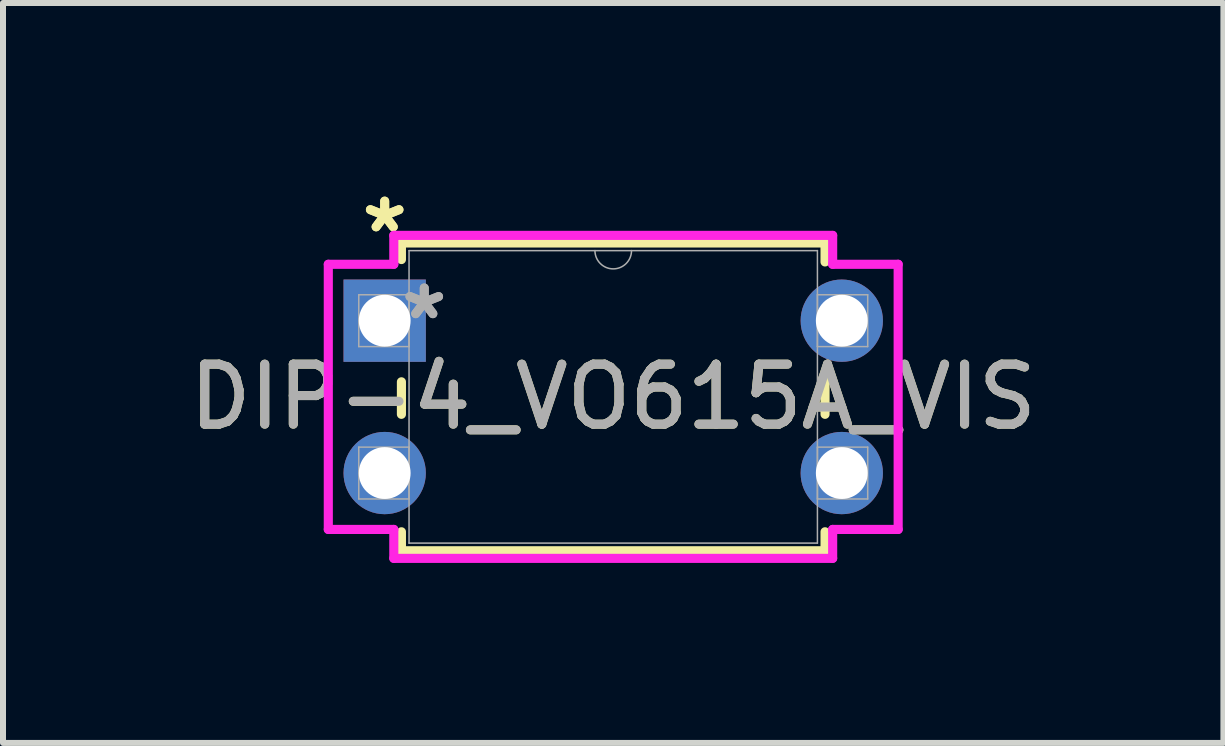
<source format=kicad_pcb>
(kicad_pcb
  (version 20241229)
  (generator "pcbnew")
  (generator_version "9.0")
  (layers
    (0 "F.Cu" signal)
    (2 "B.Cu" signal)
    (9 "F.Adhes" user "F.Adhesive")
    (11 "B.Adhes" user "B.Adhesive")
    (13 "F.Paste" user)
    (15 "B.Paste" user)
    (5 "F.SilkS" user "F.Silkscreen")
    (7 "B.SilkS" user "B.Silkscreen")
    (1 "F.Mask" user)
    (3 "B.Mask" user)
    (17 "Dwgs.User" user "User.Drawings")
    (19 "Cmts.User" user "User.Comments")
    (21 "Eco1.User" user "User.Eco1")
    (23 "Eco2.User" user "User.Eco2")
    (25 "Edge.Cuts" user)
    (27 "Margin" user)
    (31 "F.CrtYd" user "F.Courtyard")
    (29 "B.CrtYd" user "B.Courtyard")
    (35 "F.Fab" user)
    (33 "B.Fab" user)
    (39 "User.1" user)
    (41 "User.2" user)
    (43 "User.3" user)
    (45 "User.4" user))
  (footprint "DIP-4_VO615A_VIS"
    (layer "F.Cu")
    (at 3.363 2.296)
    (property "Reference" "DIP-4_VO615A_VIS" (at 3.81 1.27 0) (unlocked yes) (layer "F.SilkS") (effects (font (size 1 1) (thickness 0.15))))
    (attr through_hole)
    (fp_line (start 0.279 -1.295) (end 0.279 -1.019) (stroke (width 0.152) (type solid)) (layer "F.SilkS"))
    (fp_line (start 0.279 1.019) (end 0.279 1.561) (stroke (width 0.152) (type solid)) (layer "F.SilkS"))
    (fp_line (start 0.279 3.519) (end 0.279 3.835) (stroke (width 0.152) (type solid)) (layer "F.SilkS"))
    (fp_line (start 0.279 3.835) (end 7.341 3.835) (stroke (width 0.152) (type solid)) (layer "F.SilkS"))
    (fp_line (start 7.341 -1.295) (end 0.279 -1.295) (stroke (width 0.152) (type solid)) (layer "F.SilkS"))
    (fp_line (start 7.341 -0.979) (end 7.341 -1.295) (stroke (width 0.152) (type solid)) (layer "F.SilkS"))
    (fp_line (start 7.341 1.561) (end 7.341 0.979) (stroke (width 0.152) (type solid)) (layer "F.SilkS"))
    (fp_line (start 7.341 3.835) (end 7.341 3.519) (stroke (width 0.152) (type solid)) (layer "F.SilkS"))
    (fp_line (start -0.94 -0.94) (end 0.152 -0.94) (stroke (width 0.152) (type solid)) (layer "F.CrtYd"))
    (fp_line (start -0.94 3.48) (end -0.94 -0.94) (stroke (width 0.152) (type solid)) (layer "F.CrtYd"))
    (fp_line (start 0.152 -1.422) (end 7.468 -1.422) (stroke (width 0.152) (type solid)) (layer "F.CrtYd"))
    (fp_line (start 0.152 -0.94) (end 0.152 -1.422) (stroke (width 0.152) (type solid)) (layer "F.CrtYd"))
    (fp_line (start 0.152 3.48) (end -0.94 3.48) (stroke (width 0.152) (type solid)) (layer "F.CrtYd"))
    (fp_line (start 0.152 3.962) (end 0.152 3.48) (stroke (width 0.152) (type solid)) (layer "F.CrtYd"))
    (fp_line (start 7.468 -1.422) (end 7.468 -0.94) (stroke (width 0.152) (type solid)) (layer "F.CrtYd"))
    (fp_line (start 7.468 3.48) (end 7.468 3.962) (stroke (width 0.152) (type solid)) (layer "F.CrtYd"))
    (fp_line (start 7.468 3.962) (end 0.152 3.962) (stroke (width 0.152) (type solid)) (layer "F.CrtYd"))
    (fp_line (start 8.56 -0.94) (end 7.468 -0.94) (stroke (width 0.152) (type solid)) (layer "F.CrtYd"))
    (fp_line (start 8.56 -0.94) (end 8.56 3.48) (stroke (width 0.152) (type solid)) (layer "F.CrtYd"))
    (fp_line (start 8.56 3.48) (end 7.468 3.48) (stroke (width 0.152) (type solid)) (layer "F.CrtYd"))
    (fp_line (start -0.432 -0.432) (end -0.432 0.432) (stroke (width 0.025) (type solid)) (layer "F.Fab"))
    (fp_line (start -0.432 0.432) (end 0.406 0.432) (stroke (width 0.025) (type solid)) (layer "F.Fab"))
    (fp_line (start -0.432 2.108) (end -0.432 2.972) (stroke (width 0.025) (type solid)) (layer "F.Fab"))
    (fp_line (start -0.432 2.972) (end 0.406 2.972) (stroke (width 0.025) (type solid)) (layer "F.Fab"))
    (fp_line (start 0.406 -1.168) (end 0.406 3.708) (stroke (width 0.025) (type solid)) (layer "F.Fab"))
    (fp_line (start 0.406 -0.432) (end -0.432 -0.432) (stroke (width 0.025) (type solid)) (layer "F.Fab"))
    (fp_line (start 0.406 0.432) (end 0.406 -0.432) (stroke (width 0.025) (type solid)) (layer "F.Fab"))
    (fp_line (start 0.406 2.108) (end -0.432 2.108) (stroke (width 0.025) (type solid)) (layer "F.Fab"))
    (fp_line (start 0.406 2.972) (end 0.406 2.108) (stroke (width 0.025) (type solid)) (layer "F.Fab"))
    (fp_line (start 0.406 3.708) (end 7.214 3.708) (stroke (width 0.025) (type solid)) (layer "F.Fab"))
    (fp_line (start 7.214 -1.168) (end 0.406 -1.168) (stroke (width 0.025) (type solid)) (layer "F.Fab"))
    (fp_line (start 7.214 -0.432) (end 7.214 0.432) (stroke (width 0.025) (type solid)) (layer "F.Fab"))
    (fp_line (start 7.214 0.432) (end 8.052 0.432) (stroke (width 0.025) (type solid)) (layer "F.Fab"))
    (fp_line (start 7.214 2.108) (end 7.214 2.972) (stroke (width 0.025) (type solid)) (layer "F.Fab"))
    (fp_line (start 7.214 2.972) (end 8.052 2.972) (stroke (width 0.025) (type solid)) (layer "F.Fab"))
    (fp_line (start 7.214 3.708) (end 7.214 -1.168) (stroke (width 0.025) (type solid)) (layer "F.Fab"))
    (fp_line (start 8.052 -0.432) (end 7.214 -0.432) (stroke (width 0.025) (type solid)) (layer "F.Fab"))
    (fp_line (start 8.052 0.432) (end 8.052 -0.432) (stroke (width 0.025) (type solid)) (layer "F.Fab"))
    (fp_line (start 8.052 2.108) (end 7.214 2.108) (stroke (width 0.025) (type solid)) (layer "F.Fab"))
    (fp_line (start 8.052 2.972) (end 8.052 2.108) (stroke (width 0.025) (type solid)) (layer "F.Fab"))
    (fp_arc (start 4.1148 -1.1684) (mid 3.81 -0.8636) (end 3.5052 -1.1684) (stroke (width 0.0254) (type solid)) (layer "F.Fab"))
    (fp_text user "*" (at 0 -1.448 0) (unlocked yes) (layer "F.SilkS") (effects (font (size 1 1) (thickness 0.15))))
    (fp_text user "*" (at 0 -1.448 0) (layer "F.SilkS") (effects (font (size 1 1) (thickness 0.15))))
    (fp_text user "*" (at 0.66 0 0) (unlocked yes) (layer "F.Fab") (effects (font (size 1 1) (thickness 0.15))))
    (fp_text user "${REFERENCE}" (at 3.81 1.27 0) (unlocked yes) (layer "F.Fab") (effects (font (size 1 1) (thickness 0.15))))
    (fp_text user "*" (at 0.66 0 0) (layer "F.Fab") (effects (font (size 1 1) (thickness 0.15))))
    (pad "1" thru_hole rect (at 0 0) (size 1.372 1.372) (drill 0.864) (layers "*.Cu" "*.Mask"))
    (pad "2" thru_hole circle (at 0 2.54) (size 1.372 1.372) (drill 0.864) (layers "*.Cu" "*.Mask"))
    (pad "3" thru_hole circle (at 7.62 2.54) (size 1.372 1.372) (drill 0.864) (layers "*.Cu" "*.Mask"))
    (pad "4" thru_hole circle (at 7.62 0) (size 1.372 1.372) (drill 0.864) (layers "*.Cu" "*.Mask")))
  (gr_rect
    (start -3 -3)
    (end 17.345 9.335)
    (stroke (width 0.1) (type default))
    (fill no)
    (layer "Edge.Cuts")))
</source>
